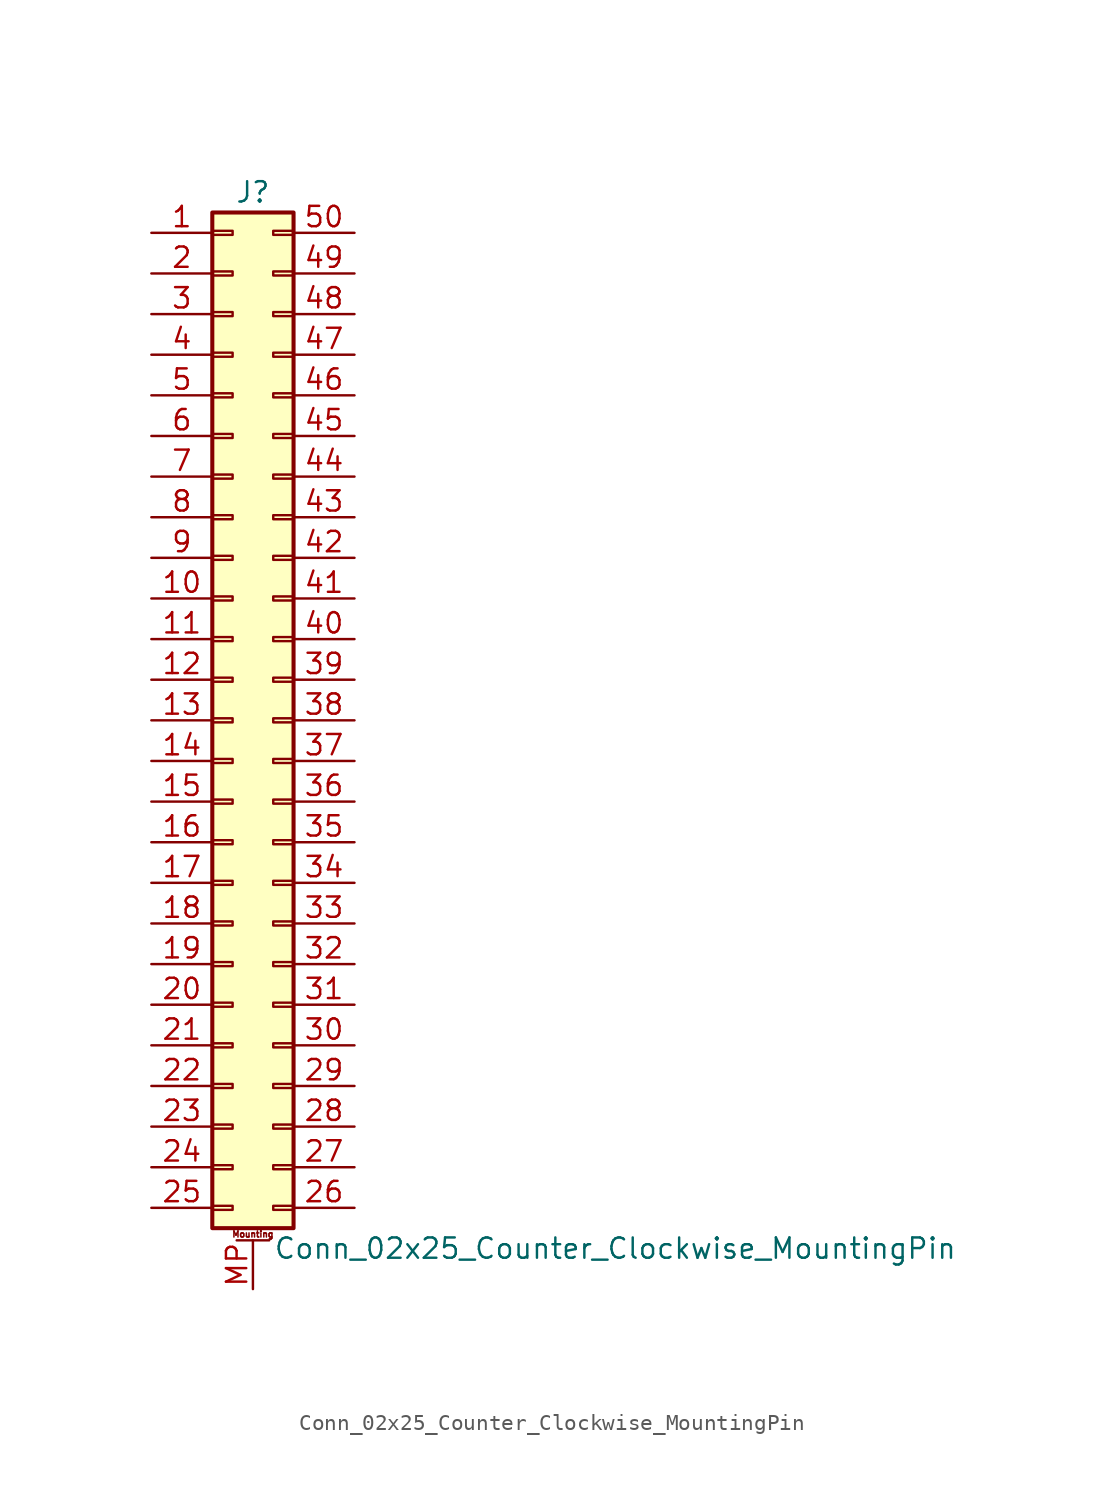
<source format=kicad_sym>
(kicad_symbol_lib
  (version 20201005)
  (generator kicad_symbol_editor)
  (symbol "Connector_Generic_MountingPin:Conn_02x25_Counter_Clockwise_MountingPin"
    (pin_names
      (offset 1.016) hide)
    (property "Reference" "J"
      (at 1.27 33.02 0)
      (effects (font (size 1.27 1.27))))
    (property "Value" "Conn_02x25_Counter_Clockwise_MountingPin"
      (at 2.54 -33.02 0)
      (effects (font (size 1.27 1.27)) (justify left)))
    (symbol "Conn_02x25_Counter_Clockwise_MountingPin_1_1"
      (text "Mounting" (at 1.27 -32.131 0) (effects (font (size 0.381 0.381))))
      (rectangle (start -1.27 -27.813) (end 0 -28.067) (stroke (width 0.152)) (fill (type none)))
      (rectangle (start -1.27 -30.353) (end 0 -30.607) (stroke (width 0.152)) (fill (type none)))
      (rectangle (start -1.27 -4.953) (end 0 -5.207) (stroke (width 0.152)) (fill (type none)))
      (rectangle (start -1.27 -7.493) (end 0 -7.747) (stroke (width 0.152)) (fill (type none)))
      (rectangle (start -1.27 -10.033) (end 0 -10.287) (stroke (width 0.152)) (fill (type none)))
      (rectangle (start -1.27 -12.573) (end 0 -12.827) (stroke (width 0.152)) (fill (type none)))
      (rectangle (start -1.27 -15.113) (end 0 -15.367) (stroke (width 0.152)) (fill (type none)))
      (rectangle (start -1.27 -17.653) (end 0 -17.907) (stroke (width 0.152)) (fill (type none)))
      (rectangle (start -1.27 -20.193) (end 0 -20.447) (stroke (width 0.152)) (fill (type none)))
      (rectangle (start -1.27 -22.733) (end 0 -22.987) (stroke (width 0.152)) (fill (type none)))
      (rectangle (start -1.27 -2.413) (end 0 -2.667) (stroke (width 0.152)) (fill (type none)))
      (rectangle (start -1.27 -25.273) (end 0 -25.527) (stroke (width 0.152)) (fill (type none)))
      (rectangle (start -1.27 25.527) (end 0 25.273) (stroke (width 0.152)) (fill (type none)))
      (rectangle (start -1.27 2.667) (end 0 2.413) (stroke (width 0.152)) (fill (type none)))
      (rectangle (start -1.27 28.067) (end 0 27.813) (stroke (width 0.152)) (fill (type none)))
      (rectangle (start -1.27 30.607) (end 0 30.353) (stroke (width 0.152)) (fill (type none)))
      (rectangle (start -1.27 31.75) (end 3.81 -31.75) (stroke (width 0.254)) (fill (type background)))
      (rectangle (start -1.27 5.207) (end 0 4.953) (stroke (width 0.152)) (fill (type none)))
      (rectangle (start -1.27 7.747) (end 0 7.493) (stroke (width 0.152)) (fill (type none)))
      (rectangle (start -1.27 10.287) (end 0 10.033) (stroke (width 0.152)) (fill (type none)))
      (rectangle (start -1.27 0.127) (end 0 -0.127) (stroke (width 0.152)) (fill (type none)))
      (rectangle (start -1.27 12.827) (end 0 12.573) (stroke (width 0.152)) (fill (type none)))
      (rectangle (start -1.27 15.367) (end 0 15.113) (stroke (width 0.152)) (fill (type none)))
      (rectangle (start -1.27 17.907) (end 0 17.653) (stroke (width 0.152)) (fill (type none)))
      (rectangle (start -1.27 20.447) (end 0 20.193) (stroke (width 0.152)) (fill (type none)))
      (rectangle (start -1.27 22.987) (end 0 22.733) (stroke (width 0.152)) (fill (type none)))
      (rectangle (start 3.81 -27.813) (end 2.54 -28.067) (stroke (width 0.152)) (fill (type none)))
      (rectangle (start 3.81 -30.353) (end 2.54 -30.607) (stroke (width 0.152)) (fill (type none)))
      (rectangle (start 3.81 -4.953) (end 2.54 -5.207) (stroke (width 0.152)) (fill (type none)))
      (rectangle (start 3.81 -7.493) (end 2.54 -7.747) (stroke (width 0.152)) (fill (type none)))
      (rectangle (start 3.81 -10.033) (end 2.54 -10.287) (stroke (width 0.152)) (fill (type none)))
      (rectangle (start 3.81 -12.573) (end 2.54 -12.827) (stroke (width 0.152)) (fill (type none)))
      (rectangle (start 3.81 -15.113) (end 2.54 -15.367) (stroke (width 0.152)) (fill (type none)))
      (rectangle (start 3.81 -17.653) (end 2.54 -17.907) (stroke (width 0.152)) (fill (type none)))
      (rectangle (start 3.81 -20.193) (end 2.54 -20.447) (stroke (width 0.152)) (fill (type none)))
      (rectangle (start 3.81 -22.733) (end 2.54 -22.987) (stroke (width 0.152)) (fill (type none)))
      (rectangle (start 3.81 -2.413) (end 2.54 -2.667) (stroke (width 0.152)) (fill (type none)))
      (rectangle (start 3.81 -25.273) (end 2.54 -25.527) (stroke (width 0.152)) (fill (type none)))
      (rectangle (start 3.81 25.527) (end 2.54 25.273) (stroke (width 0.152)) (fill (type none)))
      (rectangle (start 3.81 2.667) (end 2.54 2.413) (stroke (width 0.152)) (fill (type none)))
      (rectangle (start 3.81 28.067) (end 2.54 27.813) (stroke (width 0.152)) (fill (type none)))
      (rectangle (start 3.81 30.607) (end 2.54 30.353) (stroke (width 0.152)) (fill (type none)))
      (rectangle (start 3.81 5.207) (end 2.54 4.953) (stroke (width 0.152)) (fill (type none)))
      (rectangle (start 3.81 7.747) (end 2.54 7.493) (stroke (width 0.152)) (fill (type none)))
      (rectangle (start 3.81 10.287) (end 2.54 10.033) (stroke (width 0.152)) (fill (type none)))
      (rectangle (start 3.81 0.127) (end 2.54 -0.127) (stroke (width 0.152)) (fill (type none)))
      (rectangle (start 3.81 12.827) (end 2.54 12.573) (stroke (width 0.152)) (fill (type none)))
      (rectangle (start 3.81 15.367) (end 2.54 15.113) (stroke (width 0.152)) (fill (type none)))
      (rectangle (start 3.81 17.907) (end 2.54 17.653) (stroke (width 0.152)) (fill (type none)))
      (rectangle (start 3.81 20.447) (end 2.54 20.193) (stroke (width 0.152)) (fill (type none)))
      (rectangle (start 3.81 22.987) (end 2.54 22.733) (stroke (width 0.152)) (fill (type none)))
      (polyline (pts (xy 0.254 -32.512) (xy 2.286 -32.512)) (stroke (width 0.152)) (fill (type none)))
      (pin passive line (at 1.27 -35.56 90) (length 3.048) (name "MountPin" (effects (font (size 1.27 1.27)))) (number "MP" (effects (font (size 1.27 1.27)))))
      (pin passive line (at -5.08 30.48 0) (length 3.81) (name "Pin_1" (effects (font (size 1.27 1.27)))) (number "1" (effects (font (size 1.27 1.27)))))
      (pin passive line (at -5.08 7.62 0) (length 3.81) (name "Pin_10" (effects (font (size 1.27 1.27)))) (number "10" (effects (font (size 1.27 1.27)))))
      (pin passive line (at -5.08 5.08 0) (length 3.81) (name "Pin_11" (effects (font (size 1.27 1.27)))) (number "11" (effects (font (size 1.27 1.27)))))
      (pin passive line (at -5.08 2.54 0) (length 3.81) (name "Pin_12" (effects (font (size 1.27 1.27)))) (number "12" (effects (font (size 1.27 1.27)))))
      (pin passive line (at -5.08 0 0) (length 3.81) (name "Pin_13" (effects (font (size 1.27 1.27)))) (number "13" (effects (font (size 1.27 1.27)))))
      (pin passive line (at -5.08 -2.54 0) (length 3.81) (name "Pin_14" (effects (font (size 1.27 1.27)))) (number "14" (effects (font (size 1.27 1.27)))))
      (pin passive line (at -5.08 -5.08 0) (length 3.81) (name "Pin_15" (effects (font (size 1.27 1.27)))) (number "15" (effects (font (size 1.27 1.27)))))
      (pin passive line (at -5.08 -7.62 0) (length 3.81) (name "Pin_16" (effects (font (size 1.27 1.27)))) (number "16" (effects (font (size 1.27 1.27)))))
      (pin passive line (at -5.08 -10.16 0) (length 3.81) (name "Pin_17" (effects (font (size 1.27 1.27)))) (number "17" (effects (font (size 1.27 1.27)))))
      (pin passive line (at -5.08 -12.7 0) (length 3.81) (name "Pin_18" (effects (font (size 1.27 1.27)))) (number "18" (effects (font (size 1.27 1.27)))))
      (pin passive line (at -5.08 -15.24 0) (length 3.81) (name "Pin_19" (effects (font (size 1.27 1.27)))) (number "19" (effects (font (size 1.27 1.27)))))
      (pin passive line (at -5.08 27.94 0) (length 3.81) (name "Pin_2" (effects (font (size 1.27 1.27)))) (number "2" (effects (font (size 1.27 1.27)))))
      (pin passive line (at -5.08 -17.78 0) (length 3.81) (name "Pin_20" (effects (font (size 1.27 1.27)))) (number "20" (effects (font (size 1.27 1.27)))))
      (pin passive line (at -5.08 -20.32 0) (length 3.81) (name "Pin_21" (effects (font (size 1.27 1.27)))) (number "21" (effects (font (size 1.27 1.27)))))
      (pin passive line (at -5.08 -22.86 0) (length 3.81) (name "Pin_22" (effects (font (size 1.27 1.27)))) (number "22" (effects (font (size 1.27 1.27)))))
      (pin passive line (at -5.08 -25.4 0) (length 3.81) (name "Pin_23" (effects (font (size 1.27 1.27)))) (number "23" (effects (font (size 1.27 1.27)))))
      (pin passive line (at -5.08 -27.94 0) (length 3.81) (name "Pin_24" (effects (font (size 1.27 1.27)))) (number "24" (effects (font (size 1.27 1.27)))))
      (pin passive line (at -5.08 -30.48 0) (length 3.81) (name "Pin_25" (effects (font (size 1.27 1.27)))) (number "25" (effects (font (size 1.27 1.27)))))
      (pin passive line (at 7.62 -30.48 180) (length 3.81) (name "Pin_26" (effects (font (size 1.27 1.27)))) (number "26" (effects (font (size 1.27 1.27)))))
      (pin passive line (at 7.62 -27.94 180) (length 3.81) (name "Pin_27" (effects (font (size 1.27 1.27)))) (number "27" (effects (font (size 1.27 1.27)))))
      (pin passive line (at 7.62 -25.4 180) (length 3.81) (name "Pin_28" (effects (font (size 1.27 1.27)))) (number "28" (effects (font (size 1.27 1.27)))))
      (pin passive line (at 7.62 -22.86 180) (length 3.81) (name "Pin_29" (effects (font (size 1.27 1.27)))) (number "29" (effects (font (size 1.27 1.27)))))
      (pin passive line (at -5.08 25.4 0) (length 3.81) (name "Pin_3" (effects (font (size 1.27 1.27)))) (number "3" (effects (font (size 1.27 1.27)))))
      (pin passive line (at 7.62 -20.32 180) (length 3.81) (name "Pin_30" (effects (font (size 1.27 1.27)))) (number "30" (effects (font (size 1.27 1.27)))))
      (pin passive line (at 7.62 -17.78 180) (length 3.81) (name "Pin_31" (effects (font (size 1.27 1.27)))) (number "31" (effects (font (size 1.27 1.27)))))
      (pin passive line (at 7.62 -15.24 180) (length 3.81) (name "Pin_32" (effects (font (size 1.27 1.27)))) (number "32" (effects (font (size 1.27 1.27)))))
      (pin passive line (at 7.62 -12.7 180) (length 3.81) (name "Pin_33" (effects (font (size 1.27 1.27)))) (number "33" (effects (font (size 1.27 1.27)))))
      (pin passive line (at 7.62 -10.16 180) (length 3.81) (name "Pin_34" (effects (font (size 1.27 1.27)))) (number "34" (effects (font (size 1.27 1.27)))))
      (pin passive line (at 7.62 -7.62 180) (length 3.81) (name "Pin_35" (effects (font (size 1.27 1.27)))) (number "35" (effects (font (size 1.27 1.27)))))
      (pin passive line (at 7.62 -5.08 180) (length 3.81) (name "Pin_36" (effects (font (size 1.27 1.27)))) (number "36" (effects (font (size 1.27 1.27)))))
      (pin passive line (at 7.62 -2.54 180) (length 3.81) (name "Pin_37" (effects (font (size 1.27 1.27)))) (number "37" (effects (font (size 1.27 1.27)))))
      (pin passive line (at 7.62 0 180) (length 3.81) (name "Pin_38" (effects (font (size 1.27 1.27)))) (number "38" (effects (font (size 1.27 1.27)))))
      (pin passive line (at 7.62 2.54 180) (length 3.81) (name "Pin_39" (effects (font (size 1.27 1.27)))) (number "39" (effects (font (size 1.27 1.27)))))
      (pin passive line (at -5.08 22.86 0) (length 3.81) (name "Pin_4" (effects (font (size 1.27 1.27)))) (number "4" (effects (font (size 1.27 1.27)))))
      (pin passive line (at 7.62 5.08 180) (length 3.81) (name "Pin_40" (effects (font (size 1.27 1.27)))) (number "40" (effects (font (size 1.27 1.27)))))
      (pin passive line (at 7.62 7.62 180) (length 3.81) (name "Pin_41" (effects (font (size 1.27 1.27)))) (number "41" (effects (font (size 1.27 1.27)))))
      (pin passive line (at 7.62 10.16 180) (length 3.81) (name "Pin_42" (effects (font (size 1.27 1.27)))) (number "42" (effects (font (size 1.27 1.27)))))
      (pin passive line (at 7.62 12.7 180) (length 3.81) (name "Pin_43" (effects (font (size 1.27 1.27)))) (number "43" (effects (font (size 1.27 1.27)))))
      (pin passive line (at 7.62 15.24 180) (length 3.81) (name "Pin_44" (effects (font (size 1.27 1.27)))) (number "44" (effects (font (size 1.27 1.27)))))
      (pin passive line (at 7.62 17.78 180) (length 3.81) (name "Pin_45" (effects (font (size 1.27 1.27)))) (number "45" (effects (font (size 1.27 1.27)))))
      (pin passive line (at 7.62 20.32 180) (length 3.81) (name "Pin_46" (effects (font (size 1.27 1.27)))) (number "46" (effects (font (size 1.27 1.27)))))
      (pin passive line (at 7.62 22.86 180) (length 3.81) (name "Pin_47" (effects (font (size 1.27 1.27)))) (number "47" (effects (font (size 1.27 1.27)))))
      (pin passive line (at 7.62 25.4 180) (length 3.81) (name "Pin_48" (effects (font (size 1.27 1.27)))) (number "48" (effects (font (size 1.27 1.27)))))
      (pin passive line (at 7.62 27.94 180) (length 3.81) (name "Pin_49" (effects (font (size 1.27 1.27)))) (number "49" (effects (font (size 1.27 1.27)))))
      (pin passive line (at -5.08 20.32 0) (length 3.81) (name "Pin_5" (effects (font (size 1.27 1.27)))) (number "5" (effects (font (size 1.27 1.27)))))
      (pin passive line (at 7.62 30.48 180) (length 3.81) (name "Pin_50" (effects (font (size 1.27 1.27)))) (number "50" (effects (font (size 1.27 1.27)))))
      (pin passive line (at -5.08 17.78 0) (length 3.81) (name "Pin_6" (effects (font (size 1.27 1.27)))) (number "6" (effects (font (size 1.27 1.27)))))
      (pin passive line (at -5.08 15.24 0) (length 3.81) (name "Pin_7" (effects (font (size 1.27 1.27)))) (number "7" (effects (font (size 1.27 1.27)))))
      (pin passive line (at -5.08 12.7 0) (length 3.81) (name "Pin_8" (effects (font (size 1.27 1.27)))) (number "8" (effects (font (size 1.27 1.27)))))
      (pin passive line (at -5.08 10.16 0) (length 3.81) (name "Pin_9" (effects (font (size 1.27 1.27)))) (number "9" (effects (font (size 1.27 1.27))))))))
</source>
